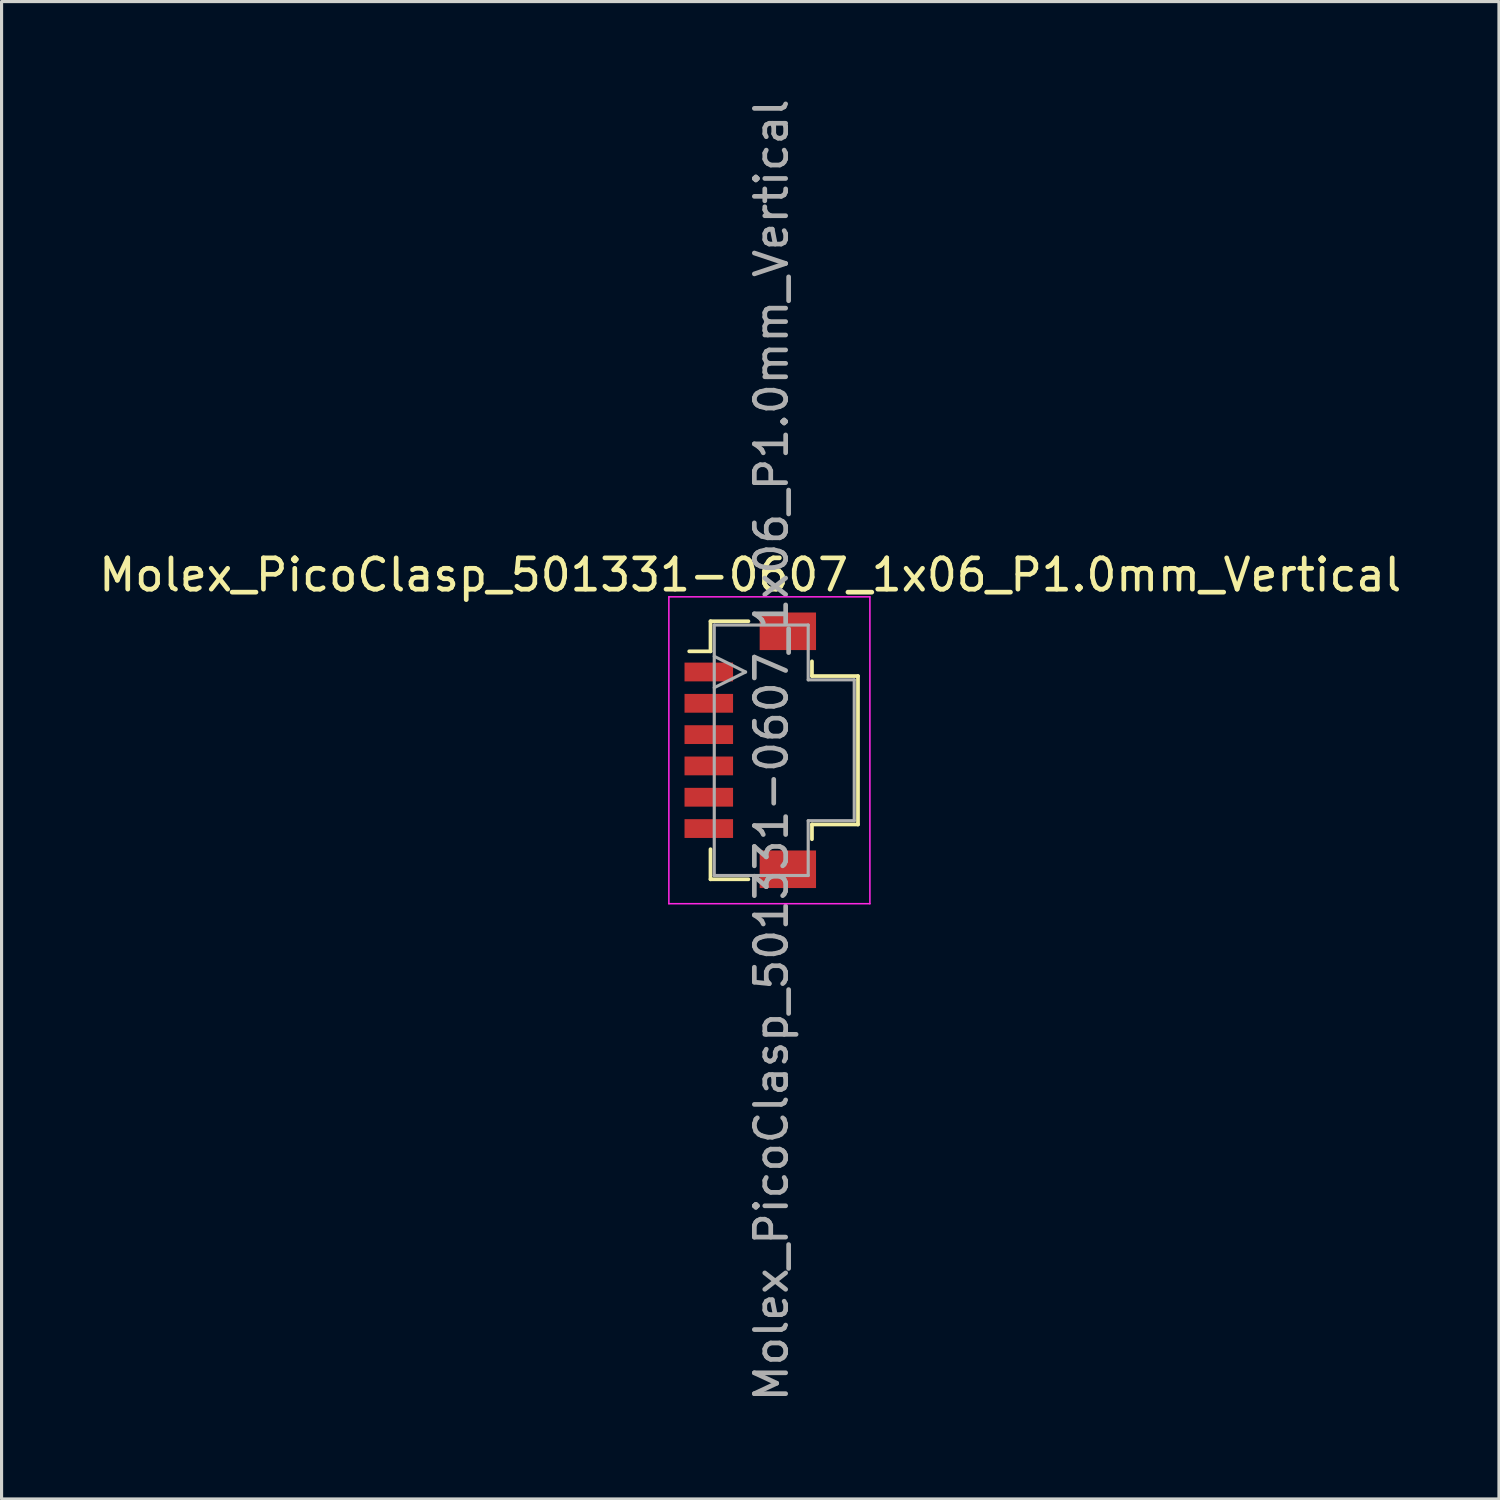
<source format=kicad_pcb>
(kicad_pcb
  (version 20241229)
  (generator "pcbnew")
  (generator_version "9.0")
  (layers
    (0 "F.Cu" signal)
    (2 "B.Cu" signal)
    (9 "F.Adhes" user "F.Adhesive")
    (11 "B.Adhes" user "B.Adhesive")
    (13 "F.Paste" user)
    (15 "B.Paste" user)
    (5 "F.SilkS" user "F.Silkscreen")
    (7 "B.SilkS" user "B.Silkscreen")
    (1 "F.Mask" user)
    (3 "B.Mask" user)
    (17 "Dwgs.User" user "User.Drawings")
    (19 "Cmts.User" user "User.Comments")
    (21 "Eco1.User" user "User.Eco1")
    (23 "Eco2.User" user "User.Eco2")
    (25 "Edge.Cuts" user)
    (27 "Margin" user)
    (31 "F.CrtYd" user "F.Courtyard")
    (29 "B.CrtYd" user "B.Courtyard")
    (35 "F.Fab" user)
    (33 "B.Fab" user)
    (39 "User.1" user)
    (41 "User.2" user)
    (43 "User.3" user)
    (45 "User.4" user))
  (footprint "Molex_PicoClasp_501331-0607_1x06_P1.0mm_Vertical"
    (layer "F.Cu")
    (at 20.911 20.911)
    (property "Reference" "Molex_PicoClasp_501331-0607_1x06_P1.0mm_Vertical" (at 0 -5.6 0) (layer "F.SilkS") (effects (font (size 1 1) (thickness 0.15))))
    (attr smd)
    (fp_line (start -1.95 -3.16) (end -1.27 -3.16) (stroke (width 0.12) (type solid)) (layer "F.SilkS"))
    (fp_line (start -1.27 -4.12) (end -0.06 -4.12) (stroke (width 0.12) (type solid)) (layer "F.SilkS"))
    (fp_line (start -1.27 -3.16) (end -1.27 -4.12) (stroke (width 0.12) (type solid)) (layer "F.SilkS"))
    (fp_line (start -1.27 3.16) (end -1.27 4.12) (stroke (width 0.12) (type solid)) (layer "F.SilkS"))
    (fp_line (start -1.27 4.12) (end -0.06 4.12) (stroke (width 0.12) (type solid)) (layer "F.SilkS"))
    (fp_line (start 1.97 -2.84) (end 1.97 -2.37) (stroke (width 0.12) (type solid)) (layer "F.SilkS"))
    (fp_line (start 1.97 -2.37) (end 3.44 -2.37) (stroke (width 0.12) (type solid)) (layer "F.SilkS"))
    (fp_line (start 1.97 2.37) (end 1.97 2.84) (stroke (width 0.12) (type solid)) (layer "F.SilkS"))
    (fp_line (start 3.44 -2.37) (end 3.44 2.37) (stroke (width 0.12) (type solid)) (layer "F.SilkS"))
    (fp_line (start 3.44 2.37) (end 1.97 2.37) (stroke (width 0.12) (type solid)) (layer "F.SilkS"))
    (fp_line (start -2.6 -4.9) (end -2.6 4.9) (stroke (width 0.05) (type solid)) (layer "F.CrtYd"))
    (fp_line (start -2.6 4.9) (end 3.82 4.9) (stroke (width 0.05) (type solid)) (layer "F.CrtYd"))
    (fp_line (start 3.82 -4.9) (end -2.6 -4.9) (stroke (width 0.05) (type solid)) (layer "F.CrtYd"))
    (fp_line (start 3.82 4.9) (end 3.82 -4.9) (stroke (width 0.05) (type solid)) (layer "F.CrtYd"))
    (fp_line (start -1.15 -4) (end 1.85 -4) (stroke (width 0.1) (type solid)) (layer "F.Fab"))
    (fp_line (start -1.15 -2) (end -0.15 -2.5) (stroke (width 0.1) (type solid)) (layer "F.Fab"))
    (fp_line (start -1.15 4) (end -1.15 -4) (stroke (width 0.1) (type solid)) (layer "F.Fab"))
    (fp_line (start -0.15 -2.5) (end -1.15 -3) (stroke (width 0.1) (type solid)) (layer "F.Fab"))
    (fp_line (start 1.85 -4) (end 1.85 -2.25) (stroke (width 0.1) (type solid)) (layer "F.Fab"))
    (fp_line (start 1.85 -2.25) (end 3.32 -2.25) (stroke (width 0.1) (type solid)) (layer "F.Fab"))
    (fp_line (start 1.85 2.25) (end 1.85 4) (stroke (width 0.1) (type solid)) (layer "F.Fab"))
    (fp_line (start 1.85 4) (end -1.15 4) (stroke (width 0.1) (type solid)) (layer "F.Fab"))
    (fp_line (start 3.32 -2.25) (end 3.32 2.25) (stroke (width 0.1) (type solid)) (layer "F.Fab"))
    (fp_line (start 3.32 2.25) (end 1.85 2.25) (stroke (width 0.1) (type solid)) (layer "F.Fab"))
    (fp_text user "${REFERENCE}" (at 0.675 0 90) (layer "F.Fab") (effects (font (size 1 1) (thickness 0.15))))
    (pad "" smd rect (at 1.2 -3.8) (size 1.8 1.2) (layers "F.Cu" "F.Mask" "F.Paste"))
    (pad "" smd rect (at 1.2 3.8) (size 1.8 1.2) (layers "F.Cu" "F.Mask" "F.Paste"))
    (pad "1" smd rect (at -1.325 -2.5) (size 1.55 0.6) (layers "F.Cu" "F.Mask" "F.Paste"))
    (pad "2" smd rect (at -1.325 -1.5) (size 1.55 0.6) (layers "F.Cu" "F.Mask" "F.Paste"))
    (pad "3" smd rect (at -1.325 -0.5) (size 1.55 0.6) (layers "F.Cu" "F.Mask" "F.Paste"))
    (pad "4" smd rect (at -1.325 0.5) (size 1.55 0.6) (layers "F.Cu" "F.Mask" "F.Paste"))
    (pad "5" smd rect (at -1.325 1.5) (size 1.55 0.6) (layers "F.Cu" "F.Mask" "F.Paste"))
    (pad "6" smd rect (at -1.325 2.5) (size 1.55 0.6) (layers "F.Cu" "F.Mask" "F.Paste")))
  (gr_rect
    (start -3 -3)
    (end 44.821 44.821)
    (stroke (width 0.1) (type default))
    (fill no)
    (layer "Edge.Cuts")))
</source>
